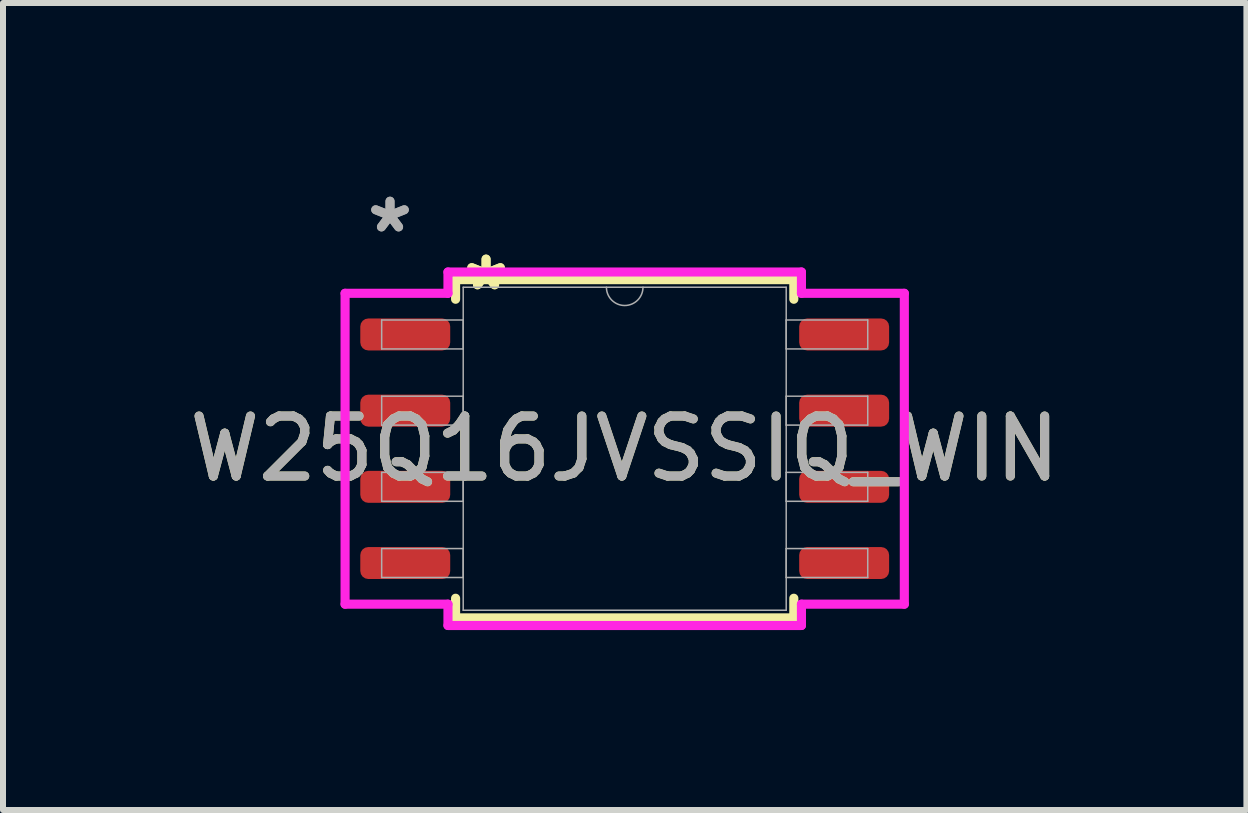
<source format=kicad_pcb>
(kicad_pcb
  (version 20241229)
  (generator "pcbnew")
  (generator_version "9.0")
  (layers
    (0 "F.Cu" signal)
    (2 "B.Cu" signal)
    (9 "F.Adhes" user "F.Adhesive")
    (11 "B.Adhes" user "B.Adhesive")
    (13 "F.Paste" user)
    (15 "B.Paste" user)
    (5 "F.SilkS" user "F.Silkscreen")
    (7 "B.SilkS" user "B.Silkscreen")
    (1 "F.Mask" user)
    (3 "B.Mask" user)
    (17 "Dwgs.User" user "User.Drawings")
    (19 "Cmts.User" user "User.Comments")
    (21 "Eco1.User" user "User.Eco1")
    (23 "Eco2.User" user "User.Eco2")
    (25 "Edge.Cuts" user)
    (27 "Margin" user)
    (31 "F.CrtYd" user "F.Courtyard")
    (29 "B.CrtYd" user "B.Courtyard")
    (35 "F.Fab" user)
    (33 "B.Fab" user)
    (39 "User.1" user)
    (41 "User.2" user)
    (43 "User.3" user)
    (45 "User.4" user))
  (footprint "W25Q16JVSSIQ_WIN"
    (layer "F.Cu")
    (at 7.363 4.43)
    (property "Reference" "W25Q16JVSSIQ_WIN" (at 0 0 0) (unlocked yes) (layer "F.SilkS") (effects (font (size 1 1) (thickness 0.15))))
    (attr smd)
    (fp_line (start -2.819 -2.819) (end -2.819 -2.492) (stroke (width 0.152) (type solid)) (layer "F.SilkS"))
    (fp_line (start -2.819 2.492) (end -2.819 2.819) (stroke (width 0.152) (type solid)) (layer "F.SilkS"))
    (fp_line (start -2.819 2.819) (end 2.819 2.819) (stroke (width 0.152) (type solid)) (layer "F.SilkS"))
    (fp_line (start 2.819 -2.819) (end -2.819 -2.819) (stroke (width 0.152) (type solid)) (layer "F.SilkS"))
    (fp_line (start 2.819 -2.492) (end 2.819 -2.819) (stroke (width 0.152) (type solid)) (layer "F.SilkS"))
    (fp_line (start 2.819 2.819) (end 2.819 2.492) (stroke (width 0.152) (type solid)) (layer "F.SilkS"))
    (fp_line (start -4.661 -2.591) (end -2.946 -2.591) (stroke (width 0.152) (type solid)) (layer "F.CrtYd"))
    (fp_line (start -4.661 2.591) (end -4.661 -2.591) (stroke (width 0.152) (type solid)) (layer "F.CrtYd"))
    (fp_line (start -4.661 2.591) (end -2.946 2.591) (stroke (width 0.152) (type solid)) (layer "F.CrtYd"))
    (fp_line (start -2.946 -2.946) (end 2.946 -2.946) (stroke (width 0.152) (type solid)) (layer "F.CrtYd"))
    (fp_line (start -2.946 -2.591) (end -2.946 -2.946) (stroke (width 0.152) (type solid)) (layer "F.CrtYd"))
    (fp_line (start -2.946 2.946) (end -2.946 2.591) (stroke (width 0.152) (type solid)) (layer "F.CrtYd"))
    (fp_line (start 2.946 -2.946) (end 2.946 -2.591) (stroke (width 0.152) (type solid)) (layer "F.CrtYd"))
    (fp_line (start 2.946 2.591) (end 2.946 2.946) (stroke (width 0.152) (type solid)) (layer "F.CrtYd"))
    (fp_line (start 2.946 2.946) (end -2.946 2.946) (stroke (width 0.152) (type solid)) (layer "F.CrtYd"))
    (fp_line (start 4.661 -2.591) (end 2.946 -2.591) (stroke (width 0.152) (type solid)) (layer "F.CrtYd"))
    (fp_line (start 4.661 -2.591) (end 4.661 2.591) (stroke (width 0.152) (type solid)) (layer "F.CrtYd"))
    (fp_line (start 4.661 2.591) (end 2.946 2.591) (stroke (width 0.152) (type solid)) (layer "F.CrtYd"))
    (fp_line (start -4.051 -2.146) (end -4.051 -1.664) (stroke (width 0.025) (type solid)) (layer "F.Fab"))
    (fp_line (start -4.051 -1.664) (end -2.692 -1.664) (stroke (width 0.025) (type solid)) (layer "F.Fab"))
    (fp_line (start -4.051 -0.876) (end -4.051 -0.394) (stroke (width 0.025) (type solid)) (layer "F.Fab"))
    (fp_line (start -4.051 -0.394) (end -2.692 -0.394) (stroke (width 0.025) (type solid)) (layer "F.Fab"))
    (fp_line (start -4.051 0.394) (end -4.051 0.876) (stroke (width 0.025) (type solid)) (layer "F.Fab"))
    (fp_line (start -4.051 0.876) (end -2.692 0.876) (stroke (width 0.025) (type solid)) (layer "F.Fab"))
    (fp_line (start -4.051 1.664) (end -4.051 2.146) (stroke (width 0.025) (type solid)) (layer "F.Fab"))
    (fp_line (start -4.051 2.146) (end -2.692 2.146) (stroke (width 0.025) (type solid)) (layer "F.Fab"))
    (fp_line (start -2.692 -2.692) (end -2.692 2.692) (stroke (width 0.025) (type solid)) (layer "F.Fab"))
    (fp_line (start -2.692 -2.146) (end -4.051 -2.146) (stroke (width 0.025) (type solid)) (layer "F.Fab"))
    (fp_line (start -2.692 -1.664) (end -2.692 -2.146) (stroke (width 0.025) (type solid)) (layer "F.Fab"))
    (fp_line (start -2.692 -0.876) (end -4.051 -0.876) (stroke (width 0.025) (type solid)) (layer "F.Fab"))
    (fp_line (start -2.692 -0.394) (end -2.692 -0.876) (stroke (width 0.025) (type solid)) (layer "F.Fab"))
    (fp_line (start -2.692 0.394) (end -4.051 0.394) (stroke (width 0.025) (type solid)) (layer "F.Fab"))
    (fp_line (start -2.692 0.876) (end -2.692 0.394) (stroke (width 0.025) (type solid)) (layer "F.Fab"))
    (fp_line (start -2.692 1.664) (end -4.051 1.664) (stroke (width 0.025) (type solid)) (layer "F.Fab"))
    (fp_line (start -2.692 2.146) (end -2.692 1.664) (stroke (width 0.025) (type solid)) (layer "F.Fab"))
    (fp_line (start -2.692 2.692) (end 2.692 2.692) (stroke (width 0.025) (type solid)) (layer "F.Fab"))
    (fp_line (start 2.692 -2.692) (end -2.692 -2.692) (stroke (width 0.025) (type solid)) (layer "F.Fab"))
    (fp_line (start 2.692 -2.146) (end 2.692 -1.664) (stroke (width 0.025) (type solid)) (layer "F.Fab"))
    (fp_line (start 2.692 -1.664) (end 4.051 -1.664) (stroke (width 0.025) (type solid)) (layer "F.Fab"))
    (fp_line (start 2.692 -0.876) (end 2.692 -0.394) (stroke (width 0.025) (type solid)) (layer "F.Fab"))
    (fp_line (start 2.692 -0.394) (end 4.051 -0.394) (stroke (width 0.025) (type solid)) (layer "F.Fab"))
    (fp_line (start 2.692 0.394) (end 2.692 0.876) (stroke (width 0.025) (type solid)) (layer "F.Fab"))
    (fp_line (start 2.692 0.876) (end 4.051 0.876) (stroke (width 0.025) (type solid)) (layer "F.Fab"))
    (fp_line (start 2.692 1.664) (end 2.692 2.146) (stroke (width 0.025) (type solid)) (layer "F.Fab"))
    (fp_line (start 2.692 2.146) (end 4.051 2.146) (stroke (width 0.025) (type solid)) (layer "F.Fab"))
    (fp_line (start 2.692 2.692) (end 2.692 -2.692) (stroke (width 0.025) (type solid)) (layer "F.Fab"))
    (fp_line (start 4.051 -2.146) (end 2.692 -2.146) (stroke (width 0.025) (type solid)) (layer "F.Fab"))
    (fp_line (start 4.051 -1.664) (end 4.051 -2.146) (stroke (width 0.025) (type solid)) (layer "F.Fab"))
    (fp_line (start 4.051 -0.876) (end 2.692 -0.876) (stroke (width 0.025) (type solid)) (layer "F.Fab"))
    (fp_line (start 4.051 -0.394) (end 4.051 -0.876) (stroke (width 0.025) (type solid)) (layer "F.Fab"))
    (fp_line (start 4.051 0.394) (end 2.692 0.394) (stroke (width 0.025) (type solid)) (layer "F.Fab"))
    (fp_line (start 4.051 0.876) (end 4.051 0.394) (stroke (width 0.025) (type solid)) (layer "F.Fab"))
    (fp_line (start 4.051 1.664) (end 2.692 1.664) (stroke (width 0.025) (type solid)) (layer "F.Fab"))
    (fp_line (start 4.051 2.146) (end 4.051 1.664) (stroke (width 0.025) (type solid)) (layer "F.Fab"))
    (fp_arc (start 0.3048 -2.6924) (mid 0 -2.3876) (end -0.3048 -2.6924) (stroke (width 0.0254) (type solid)) (layer "F.Fab"))
    (fp_text user "*" (at -2.311 -2.616 0) (layer "F.SilkS") (effects (font (size 1 1) (thickness 0.15))))
    (fp_text user "*" (at -2.311 -2.616 0) (unlocked yes) (layer "F.SilkS") (effects (font (size 1 1) (thickness 0.15))))
    (fp_text user "*" (at -3.912 -3.581 0) (unlocked yes) (layer "F.Fab") (effects (font (size 1 1) (thickness 0.15))))
    (fp_text user "*" (at -3.912 -3.581 0) (layer "F.Fab") (effects (font (size 1 1) (thickness 0.15))))
    (fp_text user "${REFERENCE}" (at 0 0 0) (unlocked yes) (layer "F.Fab") (effects (font (size 1 1) (thickness 0.15))))
    (pad "1" smd roundrect (at -3.658 -1.905) (size 1.499 0.533) (layers "F.Cu" "F.Mask" "F.Paste") (roundrect_rratio 0.25))
    (pad "2" smd roundrect (at -3.658 -0.635) (size 1.499 0.533) (layers "F.Cu" "F.Mask" "F.Paste") (roundrect_rratio 0.25))
    (pad "3" smd roundrect (at -3.658 0.635) (size 1.499 0.533) (layers "F.Cu" "F.Mask" "F.Paste") (roundrect_rratio 0.25))
    (pad "4" smd roundrect (at -3.658 1.905) (size 1.499 0.533) (layers "F.Cu" "F.Mask" "F.Paste") (roundrect_rratio 0.25))
    (pad "5" smd roundrect (at 3.658 1.905) (size 1.499 0.533) (layers "F.Cu" "F.Mask" "F.Paste") (roundrect_rratio 0.25))
    (pad "6" smd roundrect (at 3.658 0.635) (size 1.499 0.533) (layers "F.Cu" "F.Mask" "F.Paste") (roundrect_rratio 0.25))
    (pad "7" smd roundrect (at 3.658 -0.635) (size 1.499 0.533) (layers "F.Cu" "F.Mask" "F.Paste") (roundrect_rratio 0.25))
    (pad "8" smd roundrect (at 3.658 -1.905) (size 1.499 0.533) (layers "F.Cu" "F.Mask" "F.Paste") (roundrect_rratio 0.25)))
  (gr_rect
    (start -3 -3)
    (end 17.726 10.452)
    (stroke (width 0.1) (type default))
    (fill no)
    (layer "Edge.Cuts")))
</source>
